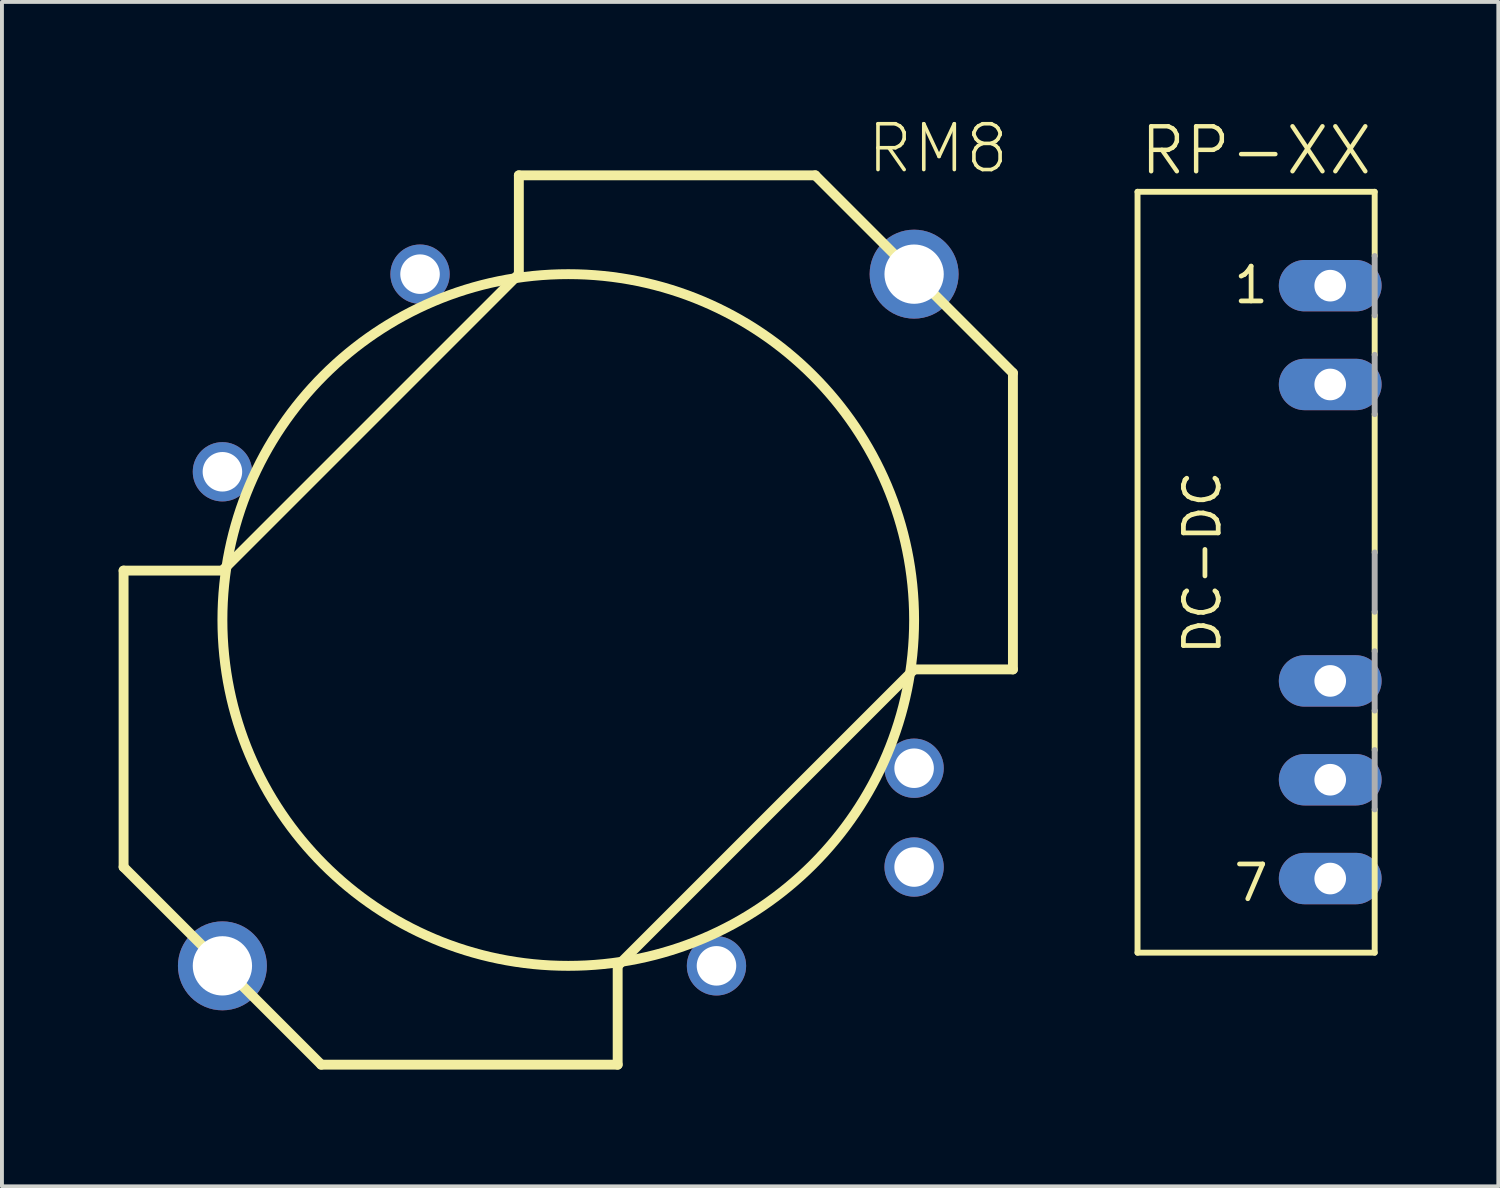
<source format=kicad_pcb>
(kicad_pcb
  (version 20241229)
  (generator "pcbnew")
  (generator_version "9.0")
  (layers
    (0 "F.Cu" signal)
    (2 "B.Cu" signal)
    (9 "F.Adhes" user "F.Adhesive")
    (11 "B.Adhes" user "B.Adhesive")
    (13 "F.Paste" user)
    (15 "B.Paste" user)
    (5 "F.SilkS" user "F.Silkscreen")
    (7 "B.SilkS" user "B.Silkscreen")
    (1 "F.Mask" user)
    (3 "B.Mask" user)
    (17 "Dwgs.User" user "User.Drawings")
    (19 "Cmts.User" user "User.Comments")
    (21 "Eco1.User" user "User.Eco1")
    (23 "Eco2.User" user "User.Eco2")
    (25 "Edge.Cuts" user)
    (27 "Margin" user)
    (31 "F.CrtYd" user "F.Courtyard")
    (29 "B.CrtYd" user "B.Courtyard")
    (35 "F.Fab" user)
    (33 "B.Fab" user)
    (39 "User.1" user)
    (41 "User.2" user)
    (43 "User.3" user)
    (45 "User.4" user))
  (footprint "RP-XX"
    (layer "F.Cu")
    (at 31.143 10.643)
    (property "Reference" "RP-XX" (at -4.953 -9.144 0) (unlocked yes) (layer "F.SilkS") (effects (font (size 1.156 1.156) (thickness 0.114)) (justify left bottom)))
    (fp_line (start -4.953 -8.763) (end -4.953 10.795) (stroke (width 0.152) (type solid)) (layer "F.SilkS"))
    (fp_line (start -4.953 10.795) (end 1.143 10.795) (stroke (width 0.152) (type solid)) (layer "F.SilkS"))
    (fp_line (start 1.143 -8.763) (end -4.953 -8.763) (stroke (width 0.152) (type solid)) (layer "F.SilkS"))
    (fp_line (start 1.143 -7.112) (end 1.143 -8.763) (stroke (width 0.152) (type solid)) (layer "F.SilkS"))
    (fp_line (start 1.143 -4.572) (end 1.143 -5.588) (stroke (width 0.152) (type solid)) (layer "F.SilkS"))
    (fp_line (start 1.143 0.508) (end 1.143 -3.048) (stroke (width 0.152) (type solid)) (layer "F.SilkS"))
    (fp_line (start 1.143 3.048) (end 1.143 2.032) (stroke (width 0.152) (type solid)) (layer "F.SilkS"))
    (fp_line (start 1.143 5.588) (end 1.143 4.572) (stroke (width 0.152) (type solid)) (layer "F.SilkS"))
    (fp_line (start 1.143 10.795) (end 1.143 7.112) (stroke (width 0.152) (type solid)) (layer "F.SilkS"))
    (fp_line (start 1.143 -5.588) (end 1.143 -7.112) (stroke (width 0.152) (type solid)) (layer "F.Fab"))
    (fp_line (start 1.143 -3.048) (end 1.143 -4.572) (stroke (width 0.152) (type solid)) (layer "F.Fab"))
    (fp_line (start 1.143 2.032) (end 1.143 0.508) (stroke (width 0.152) (type solid)) (layer "F.Fab"))
    (fp_line (start 1.143 4.572) (end 1.143 3.048) (stroke (width 0.152) (type solid)) (layer "F.Fab"))
    (fp_line (start 1.143 7.112) (end 1.143 5.588) (stroke (width 0.152) (type solid)) (layer "F.Fab"))
    (fp_text user "1" (at -2.54 -5.842 0) (unlocked yes) (layer "F.SilkS") (effects (font (size 0.894 0.894) (thickness 0.122)) (justify left bottom)))
    (fp_text user "7" (at -2.54 9.525 0) (unlocked yes) (layer "F.SilkS") (effects (font (size 0.894 0.894) (thickness 0.122)) (justify left bottom)))
    (fp_text user "DC-DC" (at -3.81 -1.651 90) (unlocked yes) (layer "F.SilkS") (effects (font (size 0.894 0.894) (thickness 0.122)) (justify right top)))
    (pad "1" thru_hole oval (at 0 -6.35) (size 2.642 1.321) (drill 0.813) (layers "*.Cu" "*.Mask"))
    (pad "2" thru_hole oval (at 0 -3.81) (size 2.642 1.321) (drill 0.813) (layers "*.Cu" "*.Mask"))
    (pad "5" thru_hole oval (at 0 3.81) (size 2.642 1.321) (drill 0.813) (layers "*.Cu" "*.Mask"))
    (pad "6" thru_hole oval (at 0 6.35) (size 2.642 1.321) (drill 0.813) (layers "*.Cu" "*.Mask"))
    (pad "7" thru_hole oval (at 0 8.89) (size 2.642 1.321) (drill 0.813) (layers "*.Cu" "*.Mask")))
  (footprint "RM8"
    (layer "F.Cu")
    (at 17.907 21.777)
    (property "Reference" "RM8" (at 1.27 -20.32 0) (unlocked yes) (layer "F.SilkS") (effects (font (size 1.177 1.177) (thickness 0.093)) (justify left bottom)))
    (fp_line (start -17.78 -10.16) (end -17.78 -2.54) (stroke (width 0.254) (type solid)) (layer "F.SilkS"))
    (fp_line (start -17.78 -2.54) (end -12.7 2.54) (stroke (width 0.254) (type solid)) (layer "F.SilkS"))
    (fp_line (start -15.24 -10.16) (end -17.78 -10.16) (stroke (width 0.254) (type solid)) (layer "F.SilkS"))
    (fp_line (start -12.7 2.54) (end -5.08 2.54) (stroke (width 0.254) (type solid)) (layer "F.SilkS"))
    (fp_line (start -7.62 -20.32) (end -7.62 -17.78) (stroke (width 0.254) (type solid)) (layer "F.SilkS"))
    (fp_line (start -7.62 -17.78) (end -15.24 -10.16) (stroke (width 0.254) (type solid)) (layer "F.SilkS"))
    (fp_line (start -5.08 0) (end 2.54 -7.62) (stroke (width 0.254) (type solid)) (layer "F.SilkS"))
    (fp_line (start -5.08 2.54) (end -5.08 0) (stroke (width 0.254) (type solid)) (layer "F.SilkS"))
    (fp_line (start 0 -20.32) (end -7.62 -20.32) (stroke (width 0.254) (type solid)) (layer "F.SilkS"))
    (fp_line (start 2.54 -7.62) (end 5.08 -7.62) (stroke (width 0.254) (type solid)) (layer "F.SilkS"))
    (fp_line (start 5.08 -15.24) (end 0 -20.32) (stroke (width 0.254) (type solid)) (layer "F.SilkS"))
    (fp_line (start 5.08 -7.62) (end 5.08 -15.24) (stroke (width 0.254) (type solid)) (layer "F.SilkS"))
    (fp_circle (center -6.35 -8.89) (end 2.54 -8.89) (stroke (width 0.254) (type solid)) (fill no) (layer "F.SilkS"))
    (pad "1" thru_hole circle (at 2.54 -2.54) (size 1.524 1.524) (drill 1.016) (layers "*.Cu" "*.Mask"))
    (pad "2" thru_hole circle (at 2.54 -5.08) (size 1.524 1.524) (drill 1.016) (layers "*.Cu" "*.Mask"))
    (pad "5" thru_hole circle (at -10.16 -17.78) (size 1.524 1.524) (drill 1.016) (layers "*.Cu" "*.Mask"))
    (pad "8" thru_hole circle (at -15.24 -12.7) (size 1.524 1.524) (drill 1.016) (layers "*.Cu" "*.Mask"))
    (pad "11" thru_hole circle (at -2.54 0) (size 1.524 1.524) (drill 1.016) (layers "*.Cu" "*.Mask"))
    (pad "G1" thru_hole circle (at -15.24 0) (size 2.286 2.286) (drill 1.524) (layers "*.Cu" "*.Mask"))
    (pad "G2" thru_hole circle (at 2.54 -17.78) (size 2.286 2.286) (drill 1.524) (layers "*.Cu" "*.Mask")))
  (gr_rect
    (start -3 -3)
    (end 35.464 27.444)
    (stroke (width 0.1) (type default))
    (fill no)
    (layer "Edge.Cuts")))
</source>
